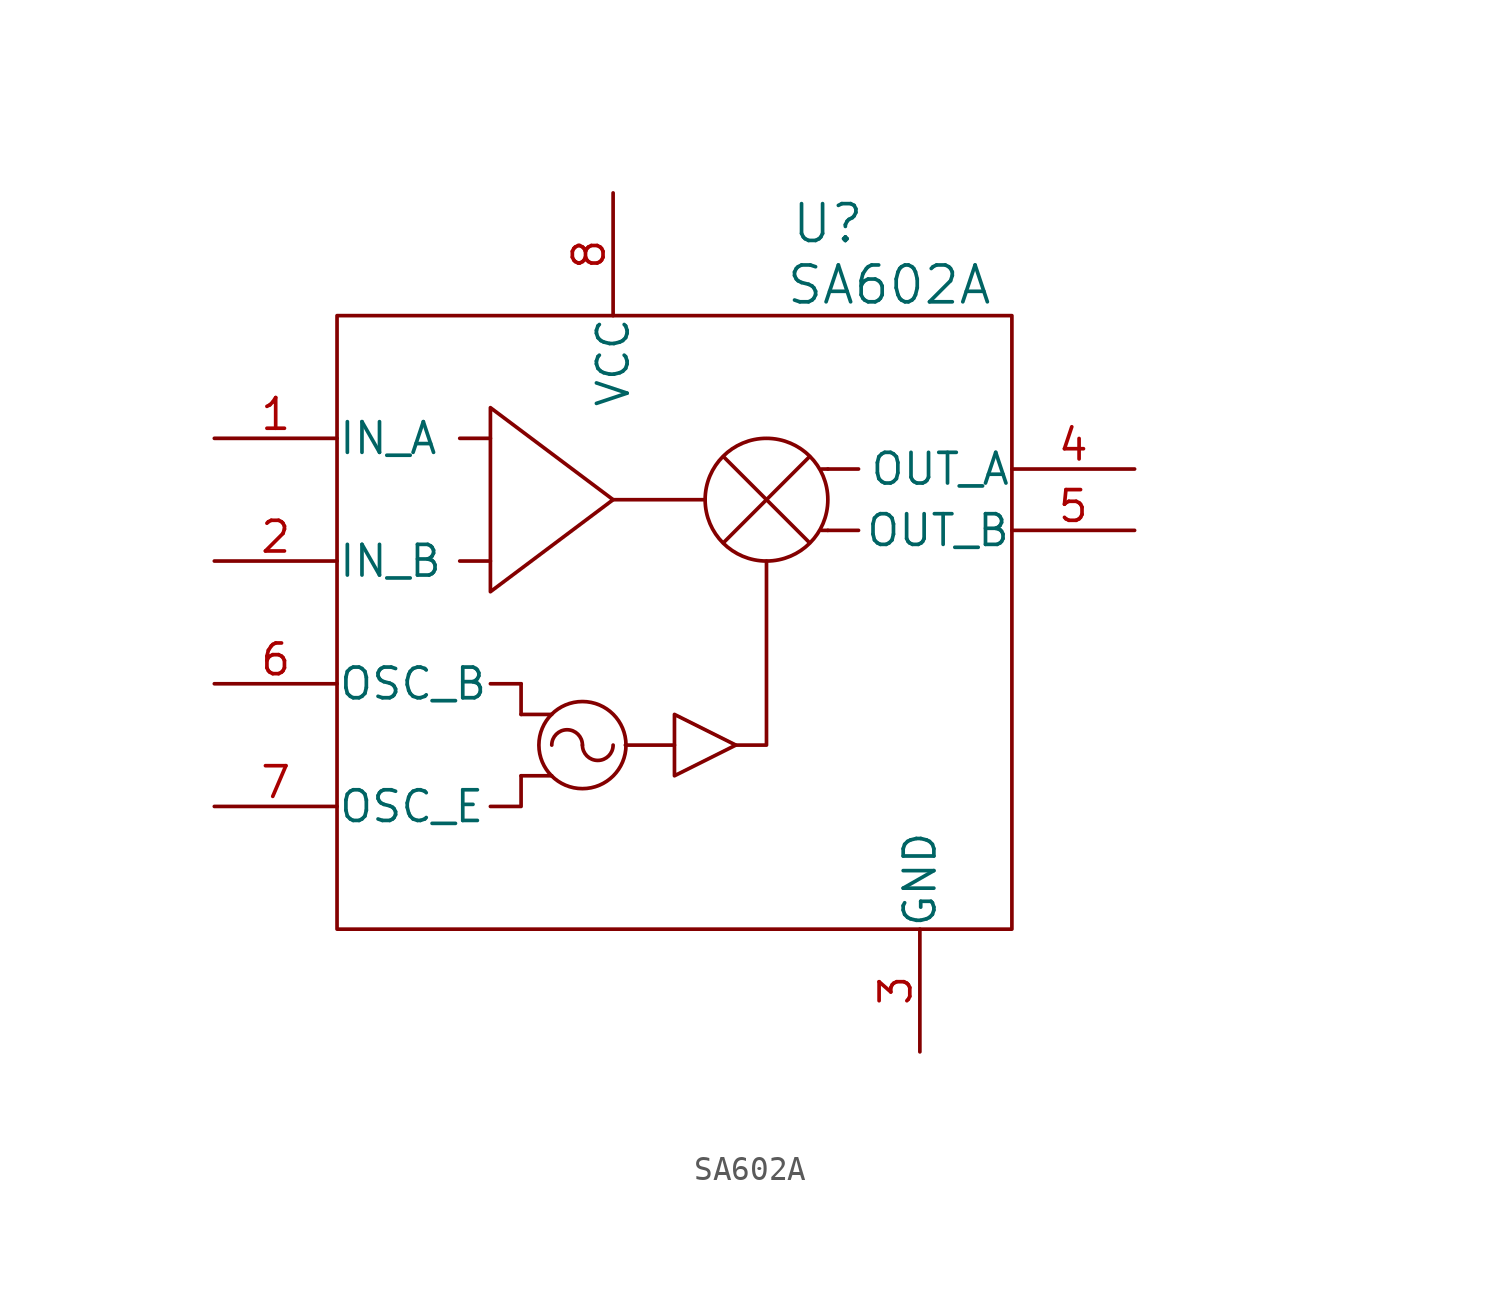
<source format=kicad_sym>
(kicad_symbol_lib
  (version 20220102)
  (generator kicad_symbol_editor)
  (symbol "SA602A"
    (pin_names
      (offset 0.025))
    (property "Reference" "U"
      (at 11.43 13.97 0)
      (effects (font (size 1.524 1.524))))
    (property "Value" "SA602A"
      (at 13.97 11.43 0)
      (effects (font (size 1.524 1.524))))
    (property "Footprint" ""
      (at 30.48 3.81 0)
      (effects (font (size 1.524 1.524))))
    (property "Datasheet" ""
      (at 30.48 3.81 0)
      (effects (font (size 1.524 1.524))))
    (symbol "SA602A_0_0"
      (polyline (pts (xy 11.43 1.27) (xy 11.176 1.27)) (stroke (width 0) (type default)) (fill (type none)))
      (polyline (pts (xy 11.43 1.27) (xy 12.7 1.27)) (stroke (width 0) (type default)) (fill (type none)))
      (polyline (pts (xy 11.43 3.81) (xy 11.176 3.81)) (stroke (width 0) (type default)) (fill (type none)))
      (polyline (pts (xy 11.43 3.81) (xy 12.7 3.81)) (stroke (width 0) (type default)) (fill (type none)))
      (polyline (pts (xy 7.62 -7.62) (xy 8.89 -7.62) (xy 8.89 0)) (stroke (width 0) (type default)) (fill (type none))))
    (symbol "SA602A_0_1"
      (rectangle (start -8.89 10.16) (end 19.05 -15.24) (stroke (width 0) (type default)) (fill (type none)))
      (polyline (pts (xy -3.81 0) (xy -2.54 0)) (stroke (width 0) (type default)) (fill (type none)))
      (polyline (pts (xy -3.81 5.08) (xy -2.54 5.08)) (stroke (width 0) (type default)) (fill (type none)))
      (polyline (pts (xy -2.54 -5.08) (xy -1.27 -5.08)) (stroke (width 0) (type default)) (fill (type none)))
      (polyline (pts (xy -1.27 -8.89) (xy 0 -8.89)) (stroke (width 0) (type default)) (fill (type none)))
      (polyline (pts (xy -1.27 -6.35) (xy 0 -6.35)) (stroke (width 0) (type default)) (fill (type none)))
      (polyline (pts (xy -1.27 -5.08) (xy -1.27 -6.35)) (stroke (width 0) (type default)) (fill (type none)))
      (polyline (pts (xy 2.54 2.54) (xy 6.35 2.54)) (stroke (width 0) (type default)) (fill (type none)))
      (polyline (pts (xy 5.08 -7.62) (xy 3.048 -7.62)) (stroke (width 0) (type default)) (fill (type none)))
      (polyline (pts (xy 7.112 0.762) (xy 10.668 4.318)) (stroke (width 0) (type default)) (fill (type none)))
      (polyline (pts (xy 7.112 4.318) (xy 10.668 0.762)) (stroke (width 0) (type default)) (fill (type none)))
      (polyline (pts (xy -2.54 -10.16) (xy -1.27 -10.16) (xy -1.27 -8.89)) (stroke (width 0) (type default)) (fill (type none)))
      (polyline (pts (xy -2.54 6.35) (xy -2.54 -1.27) (xy 2.54 2.54) (xy -2.54 6.35)) (stroke (width 0) (type default)) (fill (type none)))
      (arc (start 1.27 -7.62) (mid 0.635 -6.985) (end 0 -7.62) (stroke (width 0) (type default)) (fill (type none)))
      (arc (start 1.27 -7.62) (mid 1.905 -8.255) (end 2.54 -7.62) (stroke (width 0) (type default)) (fill (type none)))
      (circle (center 1.27 -7.62) (radius 1.803) (stroke (width 0) (type default)) (fill (type none)))
      (circle (center 8.89 2.54) (radius 2.54) (stroke (width 0) (type default)) (fill (type none))))
    (symbol "SA602A_1_1"
      (polyline (pts (xy 5.08 -6.35) (xy 5.08 -8.89) (xy 7.62 -7.62) (xy 5.08 -6.35)) (stroke (width 0) (type default)) (fill (type none)))
      (pin input line (at -13.97 5.08 0) (length 5.08) (name "IN_A" (effects (font (size 1.27 1.27)))) (number "1" (effects (font (size 1.27 1.27)))))
      (pin input line (at -13.97 0 0) (length 5.08) (name "IN_B" (effects (font (size 1.27 1.27)))) (number "2" (effects (font (size 1.27 1.27)))))
      (pin power_in line (at 15.24 -20.32 90) (length 5.08) (name "GND" (effects (font (size 1.27 1.27)))) (number "3" (effects (font (size 1.27 1.27)))))
      (pin output line (at 24.13 3.81 180) (length 5.08) (name "OUT_A" (effects (font (size 1.27 1.27)))) (number "4" (effects (font (size 1.27 1.27)))))
      (pin output line (at 24.13 1.27 180) (length 5.08) (name "OUT_B" (effects (font (size 1.27 1.27)))) (number "5" (effects (font (size 1.27 1.27)))))
      (pin input line (at -13.97 -5.08 0) (length 5.08) (name "OSC_B" (effects (font (size 1.27 1.27)))) (number "6" (effects (font (size 1.27 1.27)))))
      (pin input line (at -13.97 -10.16 0) (length 5.08) (name "OSC_E" (effects (font (size 1.27 1.27)))) (number "7" (effects (font (size 1.27 1.27)))))
      (pin power_in line (at 2.54 15.24 270) (length 5.08) (name "VCC" (effects (font (size 1.27 1.27)))) (number "8" (effects (font (size 1.27 1.27))))))))
</source>
